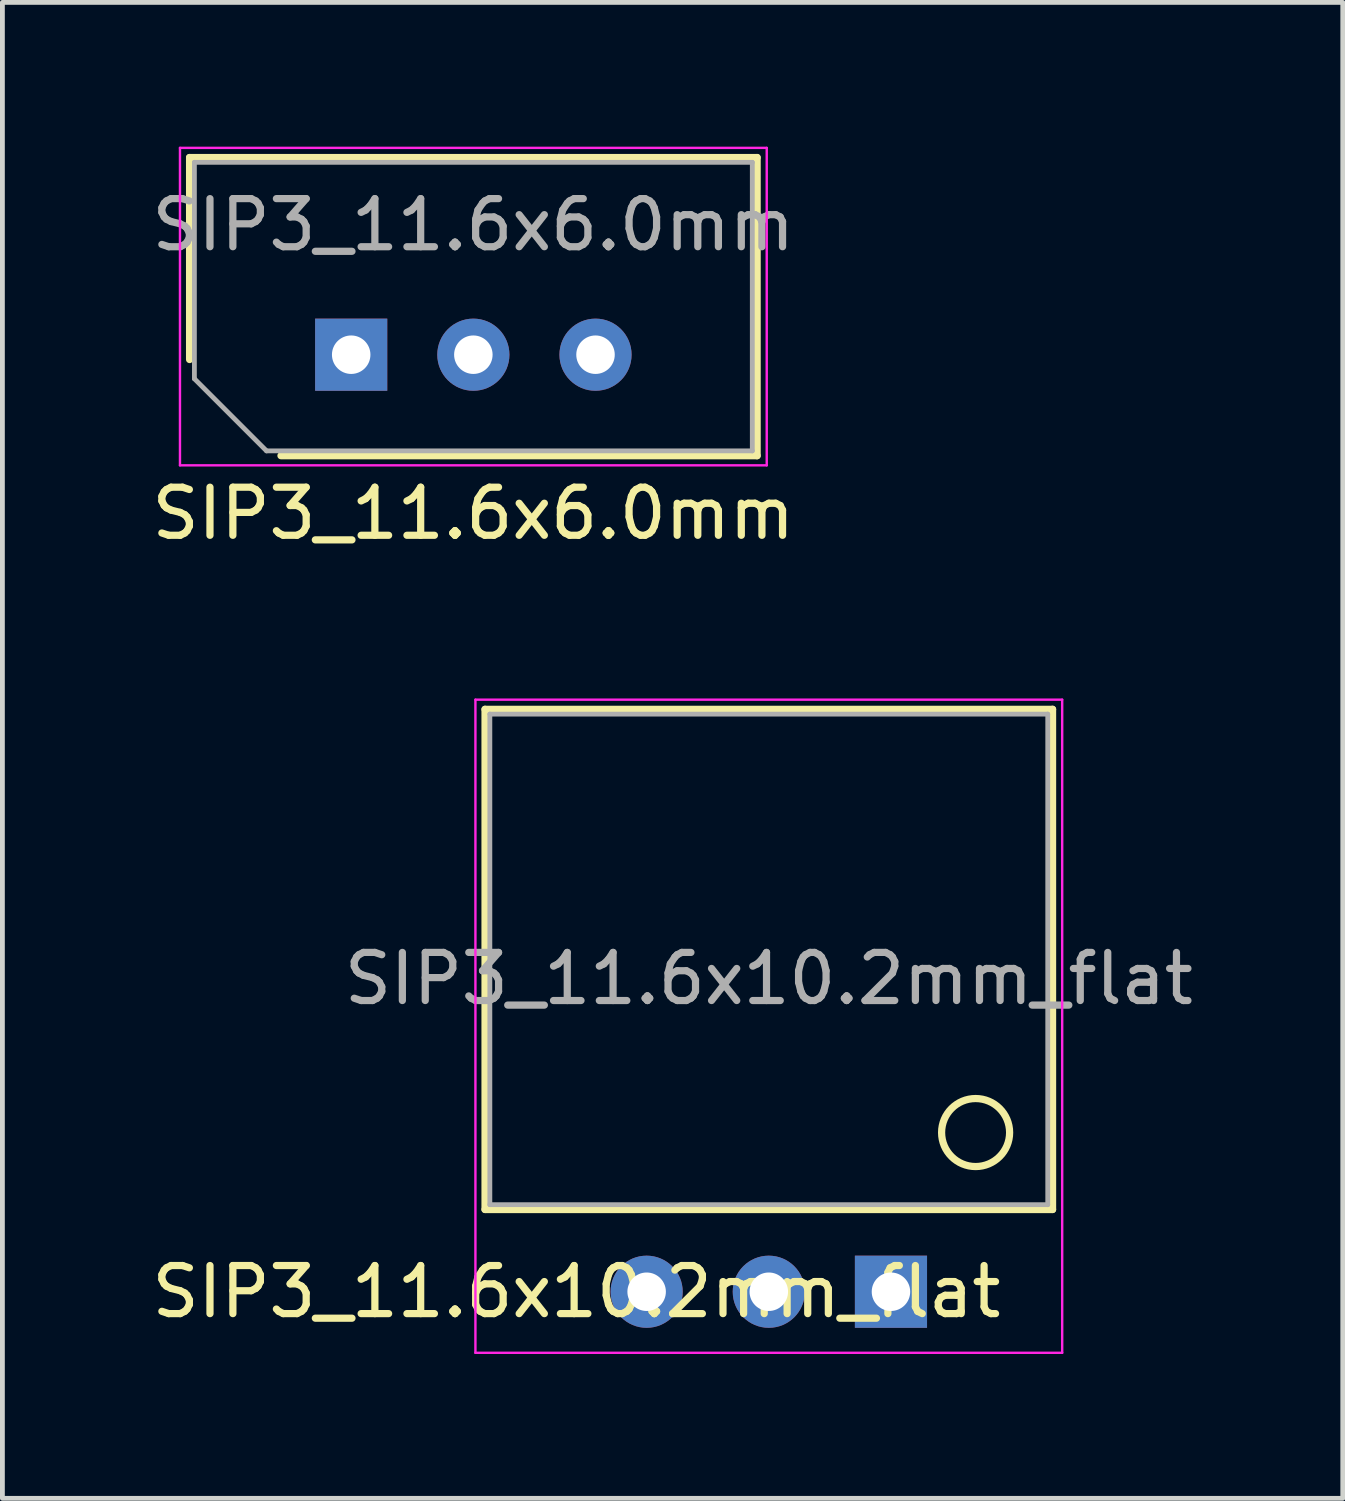
<source format=kicad_pcb>
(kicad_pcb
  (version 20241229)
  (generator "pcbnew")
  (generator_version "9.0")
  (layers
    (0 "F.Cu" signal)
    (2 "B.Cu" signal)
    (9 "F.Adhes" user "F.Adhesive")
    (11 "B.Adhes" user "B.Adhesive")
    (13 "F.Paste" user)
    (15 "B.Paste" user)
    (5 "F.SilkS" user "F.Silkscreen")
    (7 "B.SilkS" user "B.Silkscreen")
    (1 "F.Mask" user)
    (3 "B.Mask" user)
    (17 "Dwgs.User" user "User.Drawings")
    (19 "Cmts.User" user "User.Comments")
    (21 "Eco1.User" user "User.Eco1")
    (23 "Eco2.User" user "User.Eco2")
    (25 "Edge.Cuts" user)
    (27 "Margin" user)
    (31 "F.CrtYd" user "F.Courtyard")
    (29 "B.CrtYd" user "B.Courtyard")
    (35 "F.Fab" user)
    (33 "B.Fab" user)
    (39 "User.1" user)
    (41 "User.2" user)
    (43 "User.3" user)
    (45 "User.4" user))
  (footprint "SIP3_11.6x6.0mm"
    (layer "F.Cu")
    (at 4.252 4.325)
    (property "Reference" "SIP3_11.6x6.0mm" (at 2.54 3.3 180) (layer "F.SilkS") (effects (font (size 1 1) (thickness 0.15))))
    (attr through_hole)
    (fp_line (start -3.36 -4.1) (end 8.44 -4.1) (stroke (width 0.15) (type solid)) (layer "F.SilkS"))
    (fp_line (start -3.36 0.1) (end -3.36 -4.1) (stroke (width 0.15) (type solid)) (layer "F.SilkS"))
    (fp_line (start -1.46 2.1) (end 8.44 2.1) (stroke (width 0.15) (type solid)) (layer "F.SilkS"))
    (fp_line (start 8.44 -4.1) (end 8.44 2.1) (stroke (width 0.15) (type solid)) (layer "F.SilkS"))
    (fp_line (start -3.56 2.3) (end -3.56 -4.3) (stroke (width 0.05) (type solid)) (layer "F.CrtYd"))
    (fp_line (start 8.64 -4.3) (end -3.56 -4.3) (stroke (width 0.05) (type solid)) (layer "F.CrtYd"))
    (fp_line (start 8.64 2.3) (end -3.56 2.3) (stroke (width 0.05) (type solid)) (layer "F.CrtYd"))
    (fp_line (start 8.64 2.3) (end 8.64 -4.3) (stroke (width 0.05) (type solid)) (layer "F.CrtYd"))
    (fp_line (start -3.26 -4) (end -3.26 0.5) (stroke (width 0.1) (type solid)) (layer "F.Fab"))
    (fp_line (start -3.26 0.5) (end -1.76 2) (stroke (width 0.1) (type solid)) (layer "F.Fab"))
    (fp_line (start 8.34 -4) (end -3.26 -4) (stroke (width 0.1) (type solid)) (layer "F.Fab"))
    (fp_line (start 8.34 2) (end -1.76 2) (stroke (width 0.1) (type solid)) (layer "F.Fab"))
    (fp_line (start 8.34 2) (end 8.34 -4) (stroke (width 0.1) (type solid)) (layer "F.Fab"))
    (fp_text user "${REFERENCE}" (at 2.54 -2.7 180) (layer "F.Fab") (effects (font (size 1 1) (thickness 0.15))))
    (pad "1" thru_hole rect (at 0 0) (size 1.5 1.5) (drill 0.8) (layers "*.Cu" "*.Mask"))
    (pad "2" thru_hole circle (at 2.54 0 180) (size 1.5 1.5) (drill 0.8) (layers "*.Cu" "*.Mask"))
    (pad "3" thru_hole circle (at 5.08 0 270) (size 1.5 1.5) (drill 0.8) (layers "*.Cu" "*.Mask")))
  (footprint "SIP3_11.6x10.2mm_flat"
    (layer "F.Cu")
    (at 12.935 23.808)
    (property "Reference" "SIP3_11.6x10.2mm_flat" (at -4 0 180) (layer "F.SilkS") (effects (font (size 1 1) (thickness 0.15))))
    (attr through_hole)
    (fp_line (start -5.9 -12.11) (end 5.9 -12.11) (stroke (width 0.15) (type solid)) (layer "F.SilkS"))
    (fp_line (start -5.9 -1.71) (end -5.9 -12.11) (stroke (width 0.15) (type solid)) (layer "F.SilkS"))
    (fp_line (start -5.9 -1.71) (end 5.9 -1.71) (stroke (width 0.15) (type solid)) (layer "F.SilkS"))
    (fp_line (start 5.9 -12.11) (end 5.9 -1.71) (stroke (width 0.15) (type solid)) (layer "F.SilkS"))
    (fp_circle (center 4.3 -3.31) (end 4.8 -2.81) (stroke (width 0.15) (type default)) (fill no) (layer "F.SilkS"))
    (fp_line (start -6.1 1.27) (end -6.1 -12.31) (stroke (width 0.05) (type solid)) (layer "F.CrtYd"))
    (fp_line (start 6.1 -12.31) (end -6.1 -12.31) (stroke (width 0.05) (type solid)) (layer "F.CrtYd"))
    (fp_line (start 6.1 1.27) (end -6.1 1.27) (stroke (width 0.05) (type solid)) (layer "F.CrtYd"))
    (fp_line (start 6.1 1.27) (end 6.1 -12.31) (stroke (width 0.05) (type solid)) (layer "F.CrtYd"))
    (fp_line (start -5.8 -12.01) (end -5.8 -1.81) (stroke (width 0.1) (type solid)) (layer "F.Fab"))
    (fp_line (start 5.8 -12.01) (end -5.8 -12.01) (stroke (width 0.1) (type solid)) (layer "F.Fab"))
    (fp_line (start 5.8 -1.81) (end -5.8 -1.81) (stroke (width 0.1) (type solid)) (layer "F.Fab"))
    (fp_line (start 5.8 -1.81) (end 5.8 -12.01) (stroke (width 0.1) (type solid)) (layer "F.Fab"))
    (fp_text user "${REFERENCE}" (at 0 -6.51 180) (layer "F.Fab") (effects (font (size 1 1) (thickness 0.15))))
    (pad "1" thru_hole rect (at 2.54 0) (size 1.5 1.5) (drill 0.8) (layers "*.Cu" "*.Mask"))
    (pad "2" thru_hole circle (at 0 0 180) (size 1.5 1.5) (drill 0.8) (layers "*.Cu" "*.Mask"))
    (pad "3" thru_hole circle (at -2.54 0 270) (size 1.5 1.5) (drill 0.8) (layers "*.Cu" "*.Mask")))
  (gr_rect
    (start -3 -3)
    (end 24.869 28.103)
    (stroke (width 0.1) (type default))
    (fill no)
    (layer "Edge.Cuts")))
</source>
